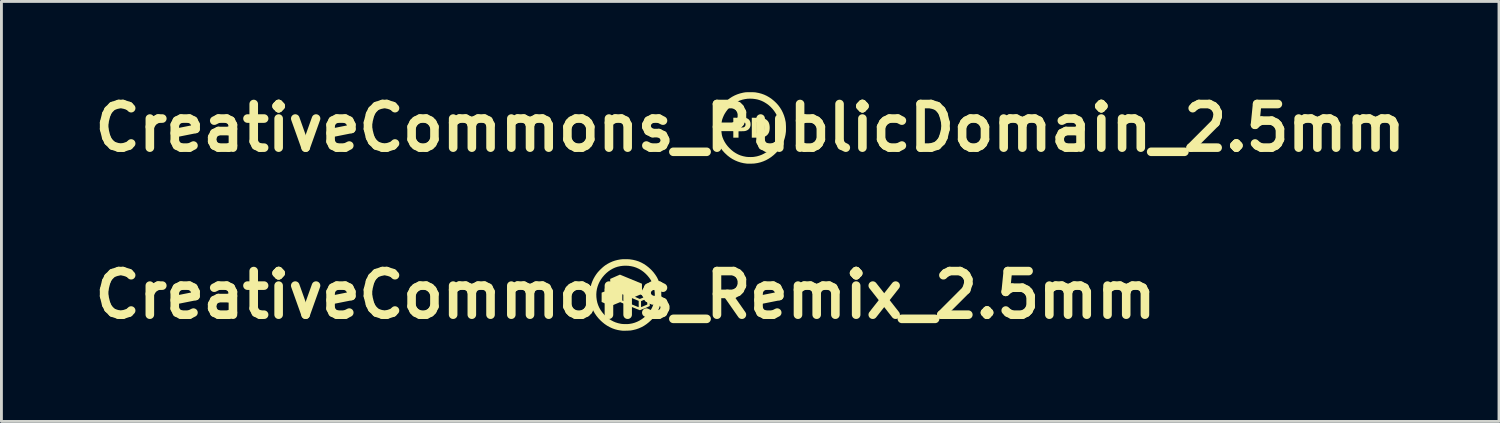
<source format=kicad_pcb>
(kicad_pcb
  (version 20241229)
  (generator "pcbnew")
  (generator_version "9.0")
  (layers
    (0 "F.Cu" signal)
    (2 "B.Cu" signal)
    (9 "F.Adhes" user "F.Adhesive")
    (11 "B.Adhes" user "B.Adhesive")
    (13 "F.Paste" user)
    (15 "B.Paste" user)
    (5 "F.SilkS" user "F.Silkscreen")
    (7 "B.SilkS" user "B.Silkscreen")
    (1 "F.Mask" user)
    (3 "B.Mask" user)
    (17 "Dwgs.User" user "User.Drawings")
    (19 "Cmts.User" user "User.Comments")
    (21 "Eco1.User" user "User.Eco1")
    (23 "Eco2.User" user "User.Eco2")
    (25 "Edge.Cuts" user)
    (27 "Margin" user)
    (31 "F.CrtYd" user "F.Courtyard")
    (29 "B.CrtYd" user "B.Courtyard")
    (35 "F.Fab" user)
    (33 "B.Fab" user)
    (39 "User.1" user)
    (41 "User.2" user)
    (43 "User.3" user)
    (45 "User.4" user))
  (footprint "CreativeCommons_Remix_2.5mm"
    (layer "F.Cu")
    (at 18.803 7.254)
    (property "Reference" "CreativeCommons_Remix_2.5mm" (at 0 0 0) (layer "F.SilkS") (effects (font (size 1.524 1.524) (thickness 0.3))))
    (attr board_only exclude_from_pos_files exclude_from_bom)
    (fp_poly (pts (xy 0.572 -0.393) (xy 0.574 -0.237) (xy 0.575 -0.081) (xy 0.843 0.03) (xy 0.846 0.386) (xy 0.824 0.397) (xy 0.809 0.404) (xy 0.789 0.413) (xy 0.764 0.424) (xy 0.735 0.437) (xy 0.704 0.45) (xy 0.671 0.464) (xy 0.639 0.477) (xy 0.607 0.49) (xy 0.577 0.502) (xy 0.551 0.513) (xy 0.528 0.522) (xy 0.512 0.528) (xy 0.502 0.531) (xy 0.5 0.532) (xy 0.494 0.53) (xy 0.48 0.525) (xy 0.46 0.517) (xy 0.432 0.506) (xy 0.4 0.493) (xy 0.362 0.478) (xy 0.319 0.46) (xy 0.273 0.442) (xy 0.223 0.421) (xy 0.171 0.4) (xy 0.15 0.391) (xy -0.189 0.251) (xy -0.348 0.316) (xy -0.384 0.331) (xy -0.417 0.345) (xy -0.447 0.357) (xy -0.472 0.367) (xy -0.493 0.375) (xy -0.506 0.38) (xy -0.513 0.382) (xy -0.513 0.382) (xy -0.518 0.38) (xy -0.531 0.375) (xy -0.549 0.368) (xy -0.573 0.358) (xy -0.6 0.347) (xy -0.63 0.334) (xy -0.661 0.321) (xy -0.693 0.307) (xy -0.724 0.294) (xy -0.753 0.281) (xy -0.779 0.27) (xy -0.801 0.26) (xy -0.818 0.253) (xy -0.822 0.251) (xy -0.836 0.244) (xy -0.836 0.193) (xy -0.114 0.193) (xy 0.169 0.31) (xy 0.217 0.33) (xy 0.263 0.349) (xy 0.305 0.366) (xy 0.344 0.382) (xy 0.378 0.396) (xy 0.407 0.408) (xy 0.429 0.417) (xy 0.445 0.423) (xy 0.454 0.427) (xy 0.456 0.427) (xy 0.457 0.423) (xy 0.457 0.411) (xy 0.458 0.392) (xy 0.459 0.368) (xy 0.459 0.339) (xy 0.459 0.321) (xy 0.541 0.321) (xy 0.541 0.355) (xy 0.541 0.38) (xy 0.541 0.399) (xy 0.542 0.412) (xy 0.543 0.419) (xy 0.545 0.423) (xy 0.547 0.424) (xy 0.549 0.424) (xy 0.549 0.424) (xy 0.556 0.421) (xy 0.569 0.415) (xy 0.589 0.407) (xy 0.613 0.397) (xy 0.64 0.385) (xy 0.658 0.377) (xy 0.759 0.334) (xy 0.759 0.229) (xy 0.759 0.123) (xy 0.712 0.143) (xy 0.69 0.152) (xy 0.663 0.164) (xy 0.634 0.176) (xy 0.606 0.187) (xy 0.603 0.189) (xy 0.541 0.215) (xy 0.541 0.321) (xy 0.459 0.321) (xy 0.459 0.316) (xy 0.459 0.206) (xy 0.178 0.091) (xy 0.13 0.071) (xy 0.114 0.065) (xy 0.327 0.065) (xy 0.412 0.102) (xy 0.438 0.114) (xy 0.461 0.124) (xy 0.48 0.131) (xy 0.493 0.137) (xy 0.5 0.139) (xy 0.501 0.139) (xy 0.505 0.137) (xy 0.517 0.133) (xy 0.535 0.125) (xy 0.558 0.116) (xy 0.584 0.106) (xy 0.597 0.1) (xy 0.624 0.089) (xy 0.648 0.079) (xy 0.667 0.07) (xy 0.68 0.064) (xy 0.687 0.06) (xy 0.687 0.059) (xy 0.682 0.056) (xy 0.67 0.051) (xy 0.652 0.043) (xy 0.63 0.033) (xy 0.605 0.022) (xy 0.6 0.021) (xy 0.517 -0.015) (xy 0.487 -0.002) (xy 0.472 0.004) (xy 0.451 0.013) (xy 0.426 0.023) (xy 0.4 0.034) (xy 0.392 0.037) (xy 0.327 0.065) (xy 0.114 0.065) (xy 0.085 0.053) (xy 0.043 0.035) (xy 0.004 0.02) (xy -0.03 0.006) (xy -0.059 -0.006) (xy -0.082 -0.015) (xy -0.098 -0.022) (xy -0.107 -0.025) (xy -0.108 -0.026) (xy -0.11 -0.025) (xy -0.111 -0.019) (xy -0.112 -0.008) (xy -0.113 0.009) (xy -0.113 0.033) (xy -0.114 0.065) (xy -0.114 0.083) (xy -0.114 0.193) (xy -0.836 0.193) (xy -0.836 -0.08) (xy -0.688 -0.142) (xy -0.539 -0.204) (xy -0.537 -0.383) (xy -0.536 -0.561) (xy -0.428 -0.609) (xy -0.395 -0.623) (xy -0.36 -0.639) (xy -0.326 -0.654) (xy -0.295 -0.667) (xy -0.269 -0.679) (xy -0.258 -0.683) (xy -0.196 -0.71)) (stroke (width 0) (type solid)) (fill yes) (layer "F.SilkS"))
    (fp_poly (pts (xy 0.009 -1.25) (xy 0.052 -1.249) (xy 0.093 -1.248) (xy 0.13 -1.246) (xy 0.159 -1.243) (xy 0.263 -1.227) (xy 0.362 -1.203) (xy 0.458 -1.172) (xy 0.549 -1.132) (xy 0.637 -1.084) (xy 0.722 -1.028) (xy 0.804 -0.964) (xy 0.884 -0.891) (xy 0.912 -0.863) (xy 0.982 -0.784) (xy 1.043 -0.702) (xy 1.097 -0.617) (xy 1.142 -0.527) (xy 1.18 -0.433) (xy 1.211 -0.335) (xy 1.234 -0.231) (xy 1.242 -0.18) (xy 1.244 -0.157) (xy 1.246 -0.127) (xy 1.247 -0.092) (xy 1.248 -0.052) (xy 1.248 -0.01) (xy 1.248 0.033) (xy 1.247 0.074) (xy 1.246 0.113) (xy 1.244 0.148) (xy 1.242 0.177) (xy 1.24 0.195) (xy 1.221 0.295) (xy 1.196 0.388) (xy 1.165 0.476) (xy 1.128 0.56) (xy 1.087 0.636) (xy 1.052 0.692) (xy 1.014 0.744) (xy 0.972 0.795) (xy 0.925 0.848) (xy 0.896 0.877) (xy 0.815 0.952) (xy 0.732 1.018) (xy 0.646 1.076) (xy 0.557 1.125) (xy 0.464 1.166) (xy 0.367 1.2) (xy 0.265 1.225) (xy 0.19 1.239) (xy 0.175 1.241) (xy 0.153 1.243) (xy 0.125 1.244) (xy 0.093 1.246) (xy 0.059 1.247) (xy 0.024 1.248) (xy -0.011 1.249) (xy -0.043 1.249) (xy -0.072 1.249) (xy -0.097 1.249) (xy -0.114 1.248) (xy -0.123 1.247) (xy -0.132 1.246) (xy -0.148 1.244) (xy -0.167 1.241) (xy -0.175 1.241) (xy -0.273 1.224) (xy -0.37 1.199) (xy -0.465 1.165) (xy -0.557 1.122) (xy -0.646 1.072) (xy -0.733 1.013) (xy -0.815 0.946) (xy -0.872 0.893) (xy -0.948 0.814) (xy -1.015 0.731) (xy -1.074 0.645) (xy -1.125 0.555) (xy -1.167 0.462) (xy -1.2 0.366) (xy -1.226 0.266) (xy -1.243 0.162) (xy -1.246 0.135) (xy -1.248 0.108) (xy -1.249 0.075) (xy -1.249 0.037) (xy -1.249 -0.003) (xy -1.249 -0.022) (xy -1.022 -0.022) (xy -1.019 0.072) (xy -1.018 0.084) (xy -1.006 0.179) (xy -0.986 0.27) (xy -0.957 0.357) (xy -0.921 0.44) (xy -0.876 0.52) (xy -0.822 0.597) (xy -0.761 0.671) (xy -0.737 0.697) (xy -0.664 0.766) (xy -0.59 0.827) (xy -0.512 0.879) (xy -0.431 0.923) (xy -0.347 0.959) (xy -0.259 0.986) (xy -0.167 1.006) (xy -0.133 1.011) (xy -0.103 1.014) (xy -0.066 1.016) (xy -0.025 1.017) (xy 0.017 1.018) (xy 0.059 1.017) (xy 0.098 1.015) (xy 0.13 1.012) (xy 0.135 1.011) (xy 0.228 0.995) (xy 0.318 0.97) (xy 0.405 0.936) (xy 0.489 0.894) (xy 0.57 0.844) (xy 0.648 0.785) (xy 0.724 0.717) (xy 0.732 0.709) (xy 0.795 0.641) (xy 0.85 0.57) (xy 0.897 0.497) (xy 0.936 0.42) (xy 0.968 0.338) (xy 0.97 0.332) (xy 0.994 0.244) (xy 1.011 0.154) (xy 1.02 0.061) (xy 1.022 -0.031) (xy 1.015 -0.123) (xy 1.001 -0.214) (xy 0.98 -0.301) (xy 0.956 -0.37) (xy 0.921 -0.449) (xy 0.878 -0.527) (xy 0.827 -0.601) (xy 0.769 -0.672) (xy 0.706 -0.738) (xy 0.638 -0.799) (xy 0.565 -0.853) (xy 0.489 -0.9) (xy 0.452 -0.919) (xy 0.369 -0.956) (xy 0.282 -0.985) (xy 0.192 -1.005) (xy 0.1 -1.018) (xy 0.007 -1.022) (xy -0.087 -1.019) (xy -0.18 -1.007) (xy -0.273 -0.987) (xy -0.284 -0.984) (xy -0.367 -0.956) (xy -0.448 -0.919) (xy -0.527 -0.874) (xy -0.602 -0.822) (xy -0.674 -0.762) (xy -0.741 -0.695) (xy -0.804 -0.621) (xy -0.857 -0.547) (xy -0.905 -0.467) (xy -0.945 -0.383) (xy -0.977 -0.296) (xy -1.001 -0.207) (xy -1.016 -0.115) (xy -1.022 -0.022) (xy -1.249 -0.022) (xy -1.248 -0.045) (xy -1.247 -0.086) (xy -1.245 -0.123) (xy -1.243 -0.157) (xy -1.24 -0.184) (xy -1.239 -0.193) (xy -1.219 -0.293) (xy -1.193 -0.388) (xy -1.16 -0.477) (xy -1.12 -0.564) (xy -1.073 -0.647) (xy -1.05 -0.683) (xy -1.025 -0.72) (xy -1.001 -0.753) (xy -0.978 -0.783) (xy -0.953 -0.812) (xy -0.925 -0.842) (xy -0.893 -0.876) (xy -0.875 -0.893) (xy -0.814 -0.951) (xy -0.754 -1.002) (xy -0.693 -1.047) (xy -0.628 -1.087) (xy -0.559 -1.124) (xy -0.543 -1.132) (xy -0.457 -1.17) (xy -0.37 -1.2) (xy -0.281 -1.223) (xy -0.187 -1.24) (xy -0.141 -1.245) (xy -0.112 -1.248) (xy -0.075 -1.249) (xy -0.035 -1.25)) (stroke (width 0) (type solid)) (fill yes) (layer "F.SilkS")))
  (footprint "CreativeCommons_PublicDomain_2.5mm"
    (layer "F.Cu")
    (at 23.158 1.418)
    (property "Reference" "CreativeCommons_PublicDomain_2.5mm" (at 0 0 0) (layer "F.SilkS") (effects (font (size 1.524 1.524) (thickness 0.3))))
    (attr board_only exclude_from_pos_files exclude_from_bom)
    (fp_poly (pts (xy -0.381 -0.353) (xy -0.33 -0.353) (xy -0.288 -0.353) (xy -0.253 -0.352) (xy -0.225 -0.351) (xy -0.202 -0.351) (xy -0.184 -0.35) (xy -0.17 -0.349) (xy -0.159 -0.347) (xy -0.15 -0.346) (xy -0.143 -0.344) (xy -0.1 -0.328) (xy -0.065 -0.307) (xy -0.037 -0.28) (xy -0.015 -0.248) (xy 0.001 -0.209) (xy 0.008 -0.18) (xy 0.013 -0.132) (xy 0.011 -0.086) (xy 0.001 -0.043) (xy -0.016 -0.003) (xy -0.04 0.031) (xy -0.07 0.06) (xy -0.104 0.082) (xy -0.125 0.091) (xy -0.144 0.099) (xy -0.164 0.105) (xy -0.185 0.11) (xy -0.21 0.113) (xy -0.24 0.115) (xy -0.276 0.116) (xy -0.303 0.117) (xy -0.409 0.119) (xy -0.409 0.341) (xy -0.591 0.341) (xy -0.591 -0.224) (xy -0.414 -0.224) (xy -0.414 -0.013) (xy -0.326 -0.014) (xy -0.295 -0.015) (xy -0.272 -0.016) (xy -0.255 -0.017) (xy -0.243 -0.018) (xy -0.234 -0.02) (xy -0.226 -0.023) (xy -0.217 -0.027) (xy -0.216 -0.028) (xy -0.194 -0.043) (xy -0.178 -0.064) (xy -0.168 -0.088) (xy -0.164 -0.114) (xy -0.165 -0.141) (xy -0.173 -0.165) (xy -0.186 -0.187) (xy -0.206 -0.205) (xy -0.219 -0.212) (xy -0.228 -0.215) (xy -0.239 -0.217) (xy -0.254 -0.219) (xy -0.274 -0.22) (xy -0.301 -0.221) (xy -0.326 -0.222) (xy -0.414 -0.224) (xy -0.591 -0.224) (xy -0.591 -0.355)) (stroke (width 0) (type solid)) (fill yes) (layer "F.SilkS"))
    (fp_poly (pts (xy 0.233 -0.353) (xy 0.283 -0.353) (xy 0.325 -0.352) (xy 0.36 -0.351) (xy 0.389 -0.35) (xy 0.413 -0.348) (xy 0.434 -0.345) (xy 0.452 -0.341) (xy 0.468 -0.337) (xy 0.484 -0.331) (xy 0.501 -0.323) (xy 0.519 -0.315) (xy 0.522 -0.313) (xy 0.557 -0.292) (xy 0.589 -0.266) (xy 0.617 -0.236) (xy 0.638 -0.204) (xy 0.64 -0.201) (xy 0.656 -0.163) (xy 0.669 -0.118) (xy 0.677 -0.069) (xy 0.68 -0.017) (xy 0.679 0.035) (xy 0.673 0.086) (xy 0.666 0.12) (xy 0.649 0.168) (xy 0.625 0.21) (xy 0.594 0.248) (xy 0.556 0.279) (xy 0.511 0.305) (xy 0.46 0.325) (xy 0.448 0.328) (xy 0.438 0.331) (xy 0.428 0.333) (xy 0.418 0.334) (xy 0.405 0.336) (xy 0.39 0.337) (xy 0.371 0.338) (xy 0.346 0.338) (xy 0.316 0.339) (xy 0.278 0.339) (xy 0.233 0.34) (xy 0.055 0.342) (xy 0.055 -0.205) (xy 0.232 -0.205) (xy 0.232 0.192) (xy 0.308 0.19) (xy 0.337 0.189) (xy 0.358 0.189) (xy 0.374 0.187) (xy 0.386 0.185) (xy 0.396 0.183) (xy 0.406 0.179) (xy 0.407 0.178) (xy 0.438 0.159) (xy 0.462 0.134) (xy 0.481 0.102) (xy 0.493 0.063) (xy 0.499 0.018) (xy 0.5 -0.007) (xy 0.497 -0.055) (xy 0.488 -0.097) (xy 0.472 -0.132) (xy 0.451 -0.161) (xy 0.423 -0.183) (xy 0.407 -0.192) (xy 0.397 -0.196) (xy 0.387 -0.198) (xy 0.375 -0.201) (xy 0.36 -0.202) (xy 0.338 -0.203) (xy 0.31 -0.204) (xy 0.308 -0.204) (xy 0.232 -0.205) (xy 0.055 -0.205) (xy 0.055 -0.355)) (stroke (width 0) (type solid)) (fill yes) (layer "F.SilkS"))
    (fp_poly (pts (xy 0.033 -1.248) (xy 0.074 -1.247) (xy 0.114 -1.246) (xy 0.148 -1.244) (xy 0.177 -1.242) (xy 0.195 -1.239) (xy 0.298 -1.22) (xy 0.394 -1.194) (xy 0.486 -1.161) (xy 0.573 -1.121) (xy 0.656 -1.074) (xy 0.737 -1.02) (xy 0.745 -1.014) (xy 0.831 -0.944) (xy 0.909 -0.87) (xy 0.979 -0.792) (xy 1.041 -0.708) (xy 1.096 -0.62) (xy 1.142 -0.527) (xy 1.181 -0.43) (xy 1.212 -0.329) (xy 1.235 -0.223) (xy 1.239 -0.2) (xy 1.242 -0.175) (xy 1.244 -0.144) (xy 1.246 -0.107) (xy 1.248 -0.066) (xy 1.249 -0.024) (xy 1.249 0.019) (xy 1.249 0.059) (xy 1.248 0.095) (xy 1.247 0.126) (xy 1.246 0.139) (xy 1.231 0.245) (xy 1.208 0.346) (xy 1.178 0.443) (xy 1.14 0.535) (xy 1.094 0.623) (xy 1.057 0.682) (xy 1.027 0.725) (xy 0.999 0.763) (xy 0.97 0.798) (xy 0.938 0.834) (xy 0.901 0.872) (xy 0.898 0.875) (xy 0.816 0.951) (xy 0.732 1.018) (xy 0.644 1.076) (xy 0.552 1.127) (xy 0.458 1.168) (xy 0.359 1.202) (xy 0.258 1.227) (xy 0.152 1.243) (xy 0.152 1.243) (xy 0.131 1.245) (xy 0.103 1.247) (xy 0.07 1.248) (xy 0.034 1.249) (xy -0.002 1.249) (xy -0.038 1.249) (xy -0.072 1.249) (xy -0.1 1.249) (xy -0.122 1.247) (xy -0.127 1.247) (xy -0.233 1.232) (xy -0.336 1.208) (xy -0.434 1.176) (xy -0.529 1.136) (xy -0.621 1.088) (xy -0.709 1.031) (xy -0.793 0.966) (xy -0.873 0.892) (xy -0.899 0.867) (xy -0.972 0.785) (xy -1.036 0.7) (xy -1.093 0.612) (xy -1.14 0.521) (xy -1.18 0.426) (xy -1.211 0.329) (xy -1.233 0.227) (xy -1.246 0.135) (xy -1.248 0.108) (xy -1.249 0.074) (xy -1.249 0.036) (xy -1.249 0.022) (xy -1.02 0.022) (xy -1.019 0.067) (xy -1.016 0.108) (xy -1.012 0.143) (xy -1.012 0.145) (xy -0.994 0.238) (xy -0.969 0.325) (xy -0.935 0.409) (xy -0.894 0.489) (xy -0.845 0.566) (xy -0.787 0.641) (xy -0.734 0.699) (xy -0.662 0.768) (xy -0.587 0.829) (xy -0.508 0.881) (xy -0.427 0.925) (xy -0.341 0.961) (xy -0.252 0.988) (xy -0.159 1.007) (xy -0.133 1.011) (xy -0.103 1.014) (xy -0.066 1.016) (xy -0.025 1.017) (xy 0.018 1.018) (xy 0.059 1.017) (xy 0.098 1.015) (xy 0.13 1.012) (xy 0.135 1.011) (xy 0.228 0.995) (xy 0.317 0.97) (xy 0.403 0.938) (xy 0.485 0.897) (xy 0.565 0.848) (xy 0.642 0.791) (xy 0.716 0.724) (xy 0.734 0.707) (xy 0.794 0.642) (xy 0.847 0.576) (xy 0.891 0.506) (xy 0.923 0.448) (xy 0.958 0.367) (xy 0.985 0.282) (xy 1.005 0.193) (xy 1.017 0.102) (xy 1.022 0.01) (xy 1.019 -0.083) (xy 1.008 -0.175) (xy 0.99 -0.265) (xy 0.963 -0.353) (xy 0.959 -0.364) (xy 0.926 -0.443) (xy 0.884 -0.519) (xy 0.835 -0.593) (xy 0.779 -0.663) (xy 0.717 -0.729) (xy 0.65 -0.79) (xy 0.578 -0.844) (xy 0.502 -0.892) (xy 0.462 -0.914) (xy 0.392 -0.947) (xy 0.321 -0.973) (xy 0.249 -0.994) (xy 0.173 -1.008) (xy 0.091 -1.018) (xy 0.089 -1.018) (xy -0.004 -1.022) (xy -0.097 -1.018) (xy -0.188 -1.005) (xy -0.277 -0.985) (xy -0.362 -0.957) (xy -0.444 -0.922) (xy -0.509 -0.886) (xy -0.585 -0.836) (xy -0.657 -0.778) (xy -0.725 -0.713) (xy -0.788 -0.643) (xy -0.844 -0.569) (xy -0.893 -0.492) (xy -0.921 -0.439) (xy -0.951 -0.371) (xy -0.976 -0.304) (xy -0.995 -0.235) (xy -1.009 -0.162) (xy -1.012 -0.145) (xy -1.016 -0.111) (xy -1.019 -0.07) (xy -1.02 -0.025) (xy -1.02 0.022) (xy -1.249 0.022) (xy -1.249 -0.006) (xy -1.248 -0.048) (xy -1.247 -0.09) (xy -1.245 -0.128) (xy -1.243 -0.162) (xy -1.24 -0.189) (xy -1.239 -0.195) (xy -1.218 -0.3) (xy -1.189 -0.401) (xy -1.152 -0.499) (xy -1.106 -0.593) (xy -1.052 -0.683) (xy -0.989 -0.77) (xy -0.919 -0.852) (xy -0.88 -0.893) (xy -0.801 -0.966) (xy -0.72 -1.03) (xy -0.634 -1.086) (xy -0.545 -1.133) (xy -0.451 -1.173) (xy -0.353 -1.205) (xy -0.25 -1.23) (xy -0.18 -1.242) (xy -0.157 -1.244) (xy -0.127 -1.246) (xy -0.092 -1.247) (xy -0.052 -1.248) (xy -0.01 -1.248)) (stroke (width 0) (type solid)) (fill yes) (layer "F.SilkS")))
  (gr_rect
    (start -3 -3)
    (end 49.315 11.672)
    (stroke (width 0.1) (type default))
    (fill no)
    (layer "Edge.Cuts")))
</source>
